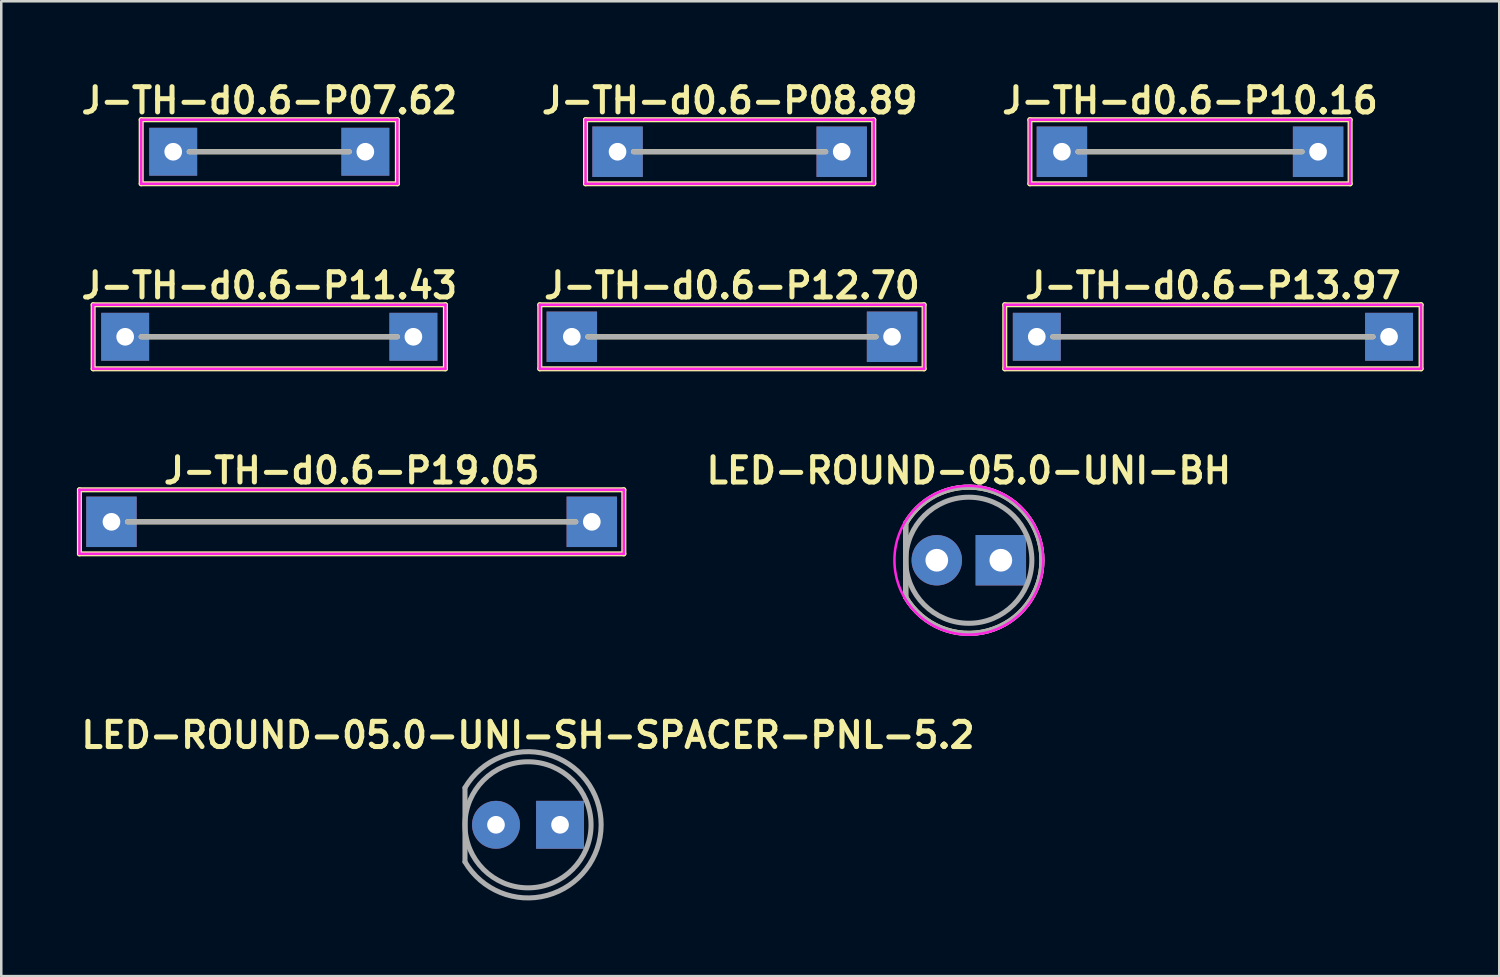
<source format=kicad_pcb>
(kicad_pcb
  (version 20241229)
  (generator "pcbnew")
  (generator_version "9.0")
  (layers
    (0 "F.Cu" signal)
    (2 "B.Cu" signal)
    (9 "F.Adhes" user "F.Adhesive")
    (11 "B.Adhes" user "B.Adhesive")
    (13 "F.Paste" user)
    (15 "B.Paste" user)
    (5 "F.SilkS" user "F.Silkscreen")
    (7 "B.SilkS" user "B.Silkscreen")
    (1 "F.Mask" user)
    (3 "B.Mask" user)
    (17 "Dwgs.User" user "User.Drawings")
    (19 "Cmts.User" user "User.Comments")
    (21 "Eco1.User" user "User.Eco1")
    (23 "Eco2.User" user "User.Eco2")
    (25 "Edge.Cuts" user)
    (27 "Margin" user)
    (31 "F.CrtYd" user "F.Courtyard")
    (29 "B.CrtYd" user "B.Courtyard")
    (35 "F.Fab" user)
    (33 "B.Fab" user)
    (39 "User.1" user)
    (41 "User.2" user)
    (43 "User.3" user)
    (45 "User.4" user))
  (footprint "J-TH-d0.6-P12.70"
    (layer "F.Cu")
    (at 25.977 10.306)
    (property "Reference" "J-TH-d0.6-P12.70" (at 0 -2.032 0) (layer "F.SilkS") (effects (font (size 1 1) (thickness 0.2))))
    (attr through_hole)
    (fp_line (start -7.62 -1.27) (end -7.62 1.27) (stroke (width 0.2) (type solid)) (layer "F.SilkS"))
    (fp_line (start -7.62 -1.27) (end 7.62 -1.27) (stroke (width 0.2) (type solid)) (layer "F.SilkS"))
    (fp_line (start -7.62 1.27) (end 7.62 1.27) (stroke (width 0.2) (type solid)) (layer "F.SilkS"))
    (fp_line (start -5.715 0) (end 5.715 0) (stroke (width 0.2) (type solid)) (layer "F.SilkS"))
    (fp_line (start 7.62 -1.27) (end 7.62 1.27) (stroke (width 0.2) (type solid)) (layer "F.SilkS"))
    (fp_line (start -7.62 -1.27) (end 7.62 -1.27) (stroke (width 0.1) (type solid)) (layer "F.CrtYd"))
    (fp_line (start -7.62 1.27) (end -7.62 -1.27) (stroke (width 0.1) (type solid)) (layer "F.CrtYd"))
    (fp_line (start 7.62 -1.27) (end 7.62 1.27) (stroke (width 0.1) (type solid)) (layer "F.CrtYd"))
    (fp_line (start 7.62 1.27) (end -7.62 1.27) (stroke (width 0.1) (type solid)) (layer "F.CrtYd"))
    (fp_line (start -5.715 0) (end 5.715 0) (stroke (width 0.2) (type solid)) (layer "F.Fab"))
    (pad "J" thru_hole rect (at -6.35 0) (size 2 2) (drill 0.7) (layers "B.Cu" "B.Mask"))
    (pad "J" thru_hole rect (at 6.35 0) (size 2 2) (drill 0.7) (layers "B.Cu" "B.Mask")))
  (footprint "J-TH-d0.6-P07.62"
    (layer "F.Cu")
    (at 7.629 2.968)
    (property "Reference" "J-TH-d0.6-P07.62" (at 0 -2.032 0) (layer "F.SilkS") (effects (font (size 1 1) (thickness 0.2))))
    (attr through_hole)
    (fp_line (start -5.08 -1.27) (end -5.08 1.27) (stroke (width 0.2) (type solid)) (layer "F.SilkS"))
    (fp_line (start -5.08 -1.27) (end 5.08 -1.27) (stroke (width 0.2) (type solid)) (layer "F.SilkS"))
    (fp_line (start -5.08 1.27) (end 5.08 1.27) (stroke (width 0.2) (type solid)) (layer "F.SilkS"))
    (fp_line (start -3.175 0) (end 3.175 0) (stroke (width 0.2) (type solid)) (layer "F.SilkS"))
    (fp_line (start 5.08 -1.27) (end 5.08 1.27) (stroke (width 0.2) (type solid)) (layer "F.SilkS"))
    (fp_line (start -5.08 -1.27) (end 5.08 -1.27) (stroke (width 0.1) (type solid)) (layer "F.CrtYd"))
    (fp_line (start -5.08 1.27) (end -5.08 -1.27) (stroke (width 0.1) (type solid)) (layer "F.CrtYd"))
    (fp_line (start 5.08 -1.27) (end 5.08 1.27) (stroke (width 0.1) (type solid)) (layer "F.CrtYd"))
    (fp_line (start 5.08 1.27) (end -5.08 1.27) (stroke (width 0.1) (type solid)) (layer "F.CrtYd"))
    (fp_line (start -3.175 0) (end 3.175 0) (stroke (width 0.2) (type solid)) (layer "F.Fab"))
    (pad "J" thru_hole rect (at -3.81 0) (size 1.9 1.9) (drill 0.7) (layers "B.Cu" "B.Mask"))
    (pad "J" thru_hole rect (at 3.81 0) (size 1.9 1.9) (drill 0.7) (layers "B.Cu" "B.Mask")))
  (footprint "J-TH-d0.6-P08.89"
    (layer "F.Cu")
    (at 25.886 2.968)
    (property "Reference" "J-TH-d0.6-P08.89" (at 0 -2.032 0) (layer "F.SilkS") (effects (font (size 1 1) (thickness 0.2))))
    (attr through_hole)
    (fp_line (start -5.715 -1.27) (end -5.715 1.27) (stroke (width 0.2) (type solid)) (layer "F.SilkS"))
    (fp_line (start -5.715 -1.27) (end 5.715 -1.27) (stroke (width 0.2) (type solid)) (layer "F.SilkS"))
    (fp_line (start -5.715 1.27) (end 5.715 1.27) (stroke (width 0.2) (type solid)) (layer "F.SilkS"))
    (fp_line (start -3.81 0) (end 3.81 0) (stroke (width 0.2) (type solid)) (layer "F.SilkS"))
    (fp_line (start 5.715 -1.27) (end 5.715 1.27) (stroke (width 0.2) (type solid)) (layer "F.SilkS"))
    (fp_line (start -5.715 -1.27) (end 5.715 -1.27) (stroke (width 0.1) (type solid)) (layer "F.CrtYd"))
    (fp_line (start -5.715 1.27) (end -5.715 -1.27) (stroke (width 0.1) (type solid)) (layer "F.CrtYd"))
    (fp_line (start 5.715 -1.27) (end 5.715 1.27) (stroke (width 0.1) (type solid)) (layer "F.CrtYd"))
    (fp_line (start 5.715 1.27) (end -5.715 1.27) (stroke (width 0.1) (type solid)) (layer "F.CrtYd"))
    (fp_line (start -3.81 0) (end 3.81 0) (stroke (width 0.2) (type solid)) (layer "F.Fab"))
    (pad "J" thru_hole rect (at -4.445 0) (size 2 2) (drill 0.7) (layers "B.Cu" "B.Mask"))
    (pad "J" thru_hole rect (at 4.445 0) (size 2 2) (drill 0.7) (layers "B.Cu" "B.Mask")))
  (footprint "J-TH-d0.6-P10.16"
    (layer "F.Cu")
    (at 44.143 2.968)
    (property "Reference" "J-TH-d0.6-P10.16" (at 0 -2.032 0) (layer "F.SilkS") (effects (font (size 1 1) (thickness 0.2))))
    (attr through_hole)
    (fp_line (start -6.35 -1.27) (end -6.35 1.27) (stroke (width 0.2) (type solid)) (layer "F.SilkS"))
    (fp_line (start -6.35 -1.27) (end 6.35 -1.27) (stroke (width 0.2) (type solid)) (layer "F.SilkS"))
    (fp_line (start -6.35 1.27) (end 6.35 1.27) (stroke (width 0.2) (type solid)) (layer "F.SilkS"))
    (fp_line (start -4.445 0) (end 4.445 0) (stroke (width 0.2) (type solid)) (layer "F.SilkS"))
    (fp_line (start 6.35 -1.27) (end 6.35 1.27) (stroke (width 0.2) (type solid)) (layer "F.SilkS"))
    (fp_line (start -6.35 -1.27) (end 6.35 -1.27) (stroke (width 0.1) (type solid)) (layer "F.CrtYd"))
    (fp_line (start -6.35 1.27) (end -6.35 -1.27) (stroke (width 0.1) (type solid)) (layer "F.CrtYd"))
    (fp_line (start 6.35 -1.27) (end 6.35 1.27) (stroke (width 0.1) (type solid)) (layer "F.CrtYd"))
    (fp_line (start 6.35 1.27) (end -6.35 1.27) (stroke (width 0.1) (type solid)) (layer "F.CrtYd"))
    (fp_line (start -4.445 0) (end 4.445 0) (stroke (width 0.2) (type solid)) (layer "F.Fab"))
    (pad "J" thru_hole rect (at -5.08 0) (size 2 2) (drill 0.7) (layers "B.Cu" "B.Mask"))
    (pad "J" thru_hole rect (at 5.08 0) (size 2 2) (drill 0.7) (layers "B.Cu" "B.Mask")))
  (footprint "J-TH-d0.6-P13.97"
    (layer "F.Cu")
    (at 45.052 10.306)
    (property "Reference" "J-TH-d0.6-P13.97" (at 0 -2.032 0) (layer "F.SilkS") (effects (font (size 1 1) (thickness 0.2))))
    (attr through_hole)
    (fp_line (start -8.255 -1.27) (end -8.255 1.27) (stroke (width 0.2) (type solid)) (layer "F.SilkS"))
    (fp_line (start -8.255 -1.27) (end 8.255 -1.27) (stroke (width 0.2) (type solid)) (layer "F.SilkS"))
    (fp_line (start -8.255 1.27) (end 8.255 1.27) (stroke (width 0.2) (type solid)) (layer "F.SilkS"))
    (fp_line (start -6.35 0) (end 6.35 0) (stroke (width 0.2) (type solid)) (layer "F.SilkS"))
    (fp_line (start 8.255 -1.27) (end 8.255 1.27) (stroke (width 0.2) (type solid)) (layer "F.SilkS"))
    (fp_line (start -8.255 -1.27) (end 8.255 -1.27) (stroke (width 0.1) (type solid)) (layer "F.CrtYd"))
    (fp_line (start -8.255 1.27) (end -8.255 -1.27) (stroke (width 0.1) (type solid)) (layer "F.CrtYd"))
    (fp_line (start 8.255 -1.27) (end 8.255 1.27) (stroke (width 0.1) (type solid)) (layer "F.CrtYd"))
    (fp_line (start 8.255 1.27) (end -8.255 1.27) (stroke (width 0.1) (type solid)) (layer "F.CrtYd"))
    (fp_line (start -6.35 0) (end 6.35 0) (stroke (width 0.2) (type solid)) (layer "F.Fab"))
    (pad "J" thru_hole rect (at -6.985 0) (size 1.9 1.9) (drill 0.7) (layers "B.Cu" "B.Mask"))
    (pad "J" thru_hole rect (at 6.985 0) (size 1.9 1.9) (drill 0.7) (layers "B.Cu" "B.Mask")))
  (footprint "J-TH-d0.6-P19.05"
    (layer "F.Cu")
    (at 10.895 17.644)
    (property "Reference" "J-TH-d0.6-P19.05" (at 0 -2.032 0) (layer "F.SilkS") (effects (font (size 1 1) (thickness 0.2))))
    (attr through_hole)
    (fp_line (start -10.795 -1.27) (end -10.795 1.27) (stroke (width 0.2) (type solid)) (layer "F.SilkS"))
    (fp_line (start -10.795 -1.27) (end 10.795 -1.27) (stroke (width 0.2) (type solid)) (layer "F.SilkS"))
    (fp_line (start -10.795 1.27) (end 10.795 1.27) (stroke (width 0.2) (type solid)) (layer "F.SilkS"))
    (fp_line (start -8.89 0) (end 8.89 0) (stroke (width 0.2) (type solid)) (layer "F.SilkS"))
    (fp_line (start 10.795 -1.27) (end 10.795 1.27) (stroke (width 0.2) (type solid)) (layer "F.SilkS"))
    (fp_line (start -10.795 -1.27) (end 10.795 -1.27) (stroke (width 0.1) (type solid)) (layer "F.CrtYd"))
    (fp_line (start -10.795 1.27) (end -10.795 -1.27) (stroke (width 0.1) (type solid)) (layer "F.CrtYd"))
    (fp_line (start 10.795 -1.27) (end 10.795 1.27) (stroke (width 0.1) (type solid)) (layer "F.CrtYd"))
    (fp_line (start 10.795 1.27) (end -10.795 1.27) (stroke (width 0.1) (type solid)) (layer "F.CrtYd"))
    (fp_line (start -8.89 0) (end 8.89 0) (stroke (width 0.2) (type solid)) (layer "F.Fab"))
    (pad "J" thru_hole rect (at -9.525 0) (size 2 2) (drill 0.7) (layers "B.Cu" "B.Mask"))
    (pad "J" thru_hole rect (at 9.525 0) (size 2 2) (drill 0.7) (layers "B.Cu" "B.Mask")))
  (footprint "LED-ROUND-05.0-UNI-BH"
    (layer "F.Cu")
    (at 35.371 19.168)
    (property "Reference" "LED-ROUND-05.0-UNI-BH" (at 0 -3.556 0) (layer "F.SilkS") (effects (font (size 1 1) (thickness 0.2))))
    (attr through_hole)
    (fp_line (start -2.5 -1.467) (end -2.5 1.467) (stroke (width 0.2) (type solid)) (layer "F.SilkS"))
    (fp_arc (start -2.500016 -1.469666) (mid 2.9 -0.000016) (end -2.5 1.469694) (stroke (width 0.2) (type solid)) (layer "F.SilkS"))
    (fp_circle (center 0 0) (end 2.95 0) (stroke (width 0.1) (type solid)) (fill no) (layer "F.CrtYd"))
    (fp_line (start -2.5 -1.467) (end -2.5 1.467) (stroke (width 0.2) (type solid)) (layer "F.Fab"))
    (fp_arc (start -2.500016 -1.469666) (mid 2.9 -0.000016) (end -2.5 1.469694) (stroke (width 0.2) (type solid)) (layer "F.Fab"))
    (fp_circle (center 0 0) (end 2.5 0) (stroke (width 0.2) (type solid)) (fill no) (layer "F.Fab"))
    (pad "A" thru_hole rect (at 1.27 0) (size 2 2) (drill 0.9) (layers "B.Cu" "B.Mask"))
    (pad "C" thru_hole circle (at -1.27 0) (size 2 2) (drill 0.9) (layers "B.Cu" "B.Mask")))
  (footprint "LED-ROUND-05.0-UNI-SH-SPACER-PNL-5.2"
    (layer "F.Cu")
    (at 17.89 29.66)
    (property "Reference" "LED-ROUND-05.0-UNI-SH-SPACER-PNL-5.2" (at 0 -3.556 0) (layer "F.SilkS") (effects (font (size 1 1) (thickness 0.2))))
    (attr through_hole)
    (fp_circle (center 0 0) (end 2.6 0) (stroke (width 0.4) (type solid)) (fill no) (layer "Eco1.User"))
    (fp_line (start -2.5 -1.467) (end -2.5 1.467) (stroke (width 0.2) (type solid)) (layer "F.Fab"))
    (fp_arc (start -2.500016 -1.469666) (mid 2.9 -0.000016) (end -2.5 1.469694) (stroke (width 0.2) (type solid)) (layer "F.Fab"))
    (fp_circle (center 0 0) (end 2.5 0) (stroke (width 0.2) (type solid)) (fill no) (layer "F.Fab"))
    (pad "A" thru_hole rect (at 1.27 0) (size 1.9 1.9) (drill 0.7) (layers "B.Cu" "B.Mask"))
    (pad "C" thru_hole circle (at -1.27 0) (size 1.9 1.9) (drill 0.7) (layers "B.Cu" "B.Mask")))
  (footprint "J-TH-d0.6-P11.43"
    (layer "F.Cu")
    (at 7.629 10.306)
    (property "Reference" "J-TH-d0.6-P11.43" (at 0 -2.032 0) (layer "F.SilkS") (effects (font (size 1 1) (thickness 0.2))))
    (attr through_hole)
    (fp_line (start -6.985 -1.27) (end -6.985 1.27) (stroke (width 0.2) (type solid)) (layer "F.SilkS"))
    (fp_line (start -6.985 -1.27) (end 6.985 -1.27) (stroke (width 0.2) (type solid)) (layer "F.SilkS"))
    (fp_line (start -6.985 1.27) (end 6.985 1.27) (stroke (width 0.2) (type solid)) (layer "F.SilkS"))
    (fp_line (start -5.08 0) (end 5.08 0) (stroke (width 0.2) (type solid)) (layer "F.SilkS"))
    (fp_line (start 6.985 -1.27) (end 6.985 1.27) (stroke (width 0.2) (type solid)) (layer "F.SilkS"))
    (fp_line (start -6.985 -1.27) (end 6.985 -1.27) (stroke (width 0.1) (type solid)) (layer "F.CrtYd"))
    (fp_line (start -6.985 1.27) (end -6.985 -1.27) (stroke (width 0.1) (type solid)) (layer "F.CrtYd"))
    (fp_line (start 6.985 -1.27) (end 6.985 1.27) (stroke (width 0.1) (type solid)) (layer "F.CrtYd"))
    (fp_line (start 6.985 1.27) (end -6.985 1.27) (stroke (width 0.1) (type solid)) (layer "F.CrtYd"))
    (fp_line (start -5.08 0) (end 5.08 0) (stroke (width 0.2) (type solid)) (layer "F.Fab"))
    (pad "J" thru_hole rect (at -5.715 0) (size 1.9 1.9) (drill 0.7) (layers "B.Cu" "B.Mask"))
    (pad "J" thru_hole rect (at 5.715 0) (size 1.9 1.9) (drill 0.7) (layers "B.Cu" "B.Mask")))
  (gr_rect
    (start -3 -3)
    (end 56.407 35.66)
    (stroke (width 0.1) (type default))
    (fill no)
    (layer "Edge.Cuts")))
</source>
